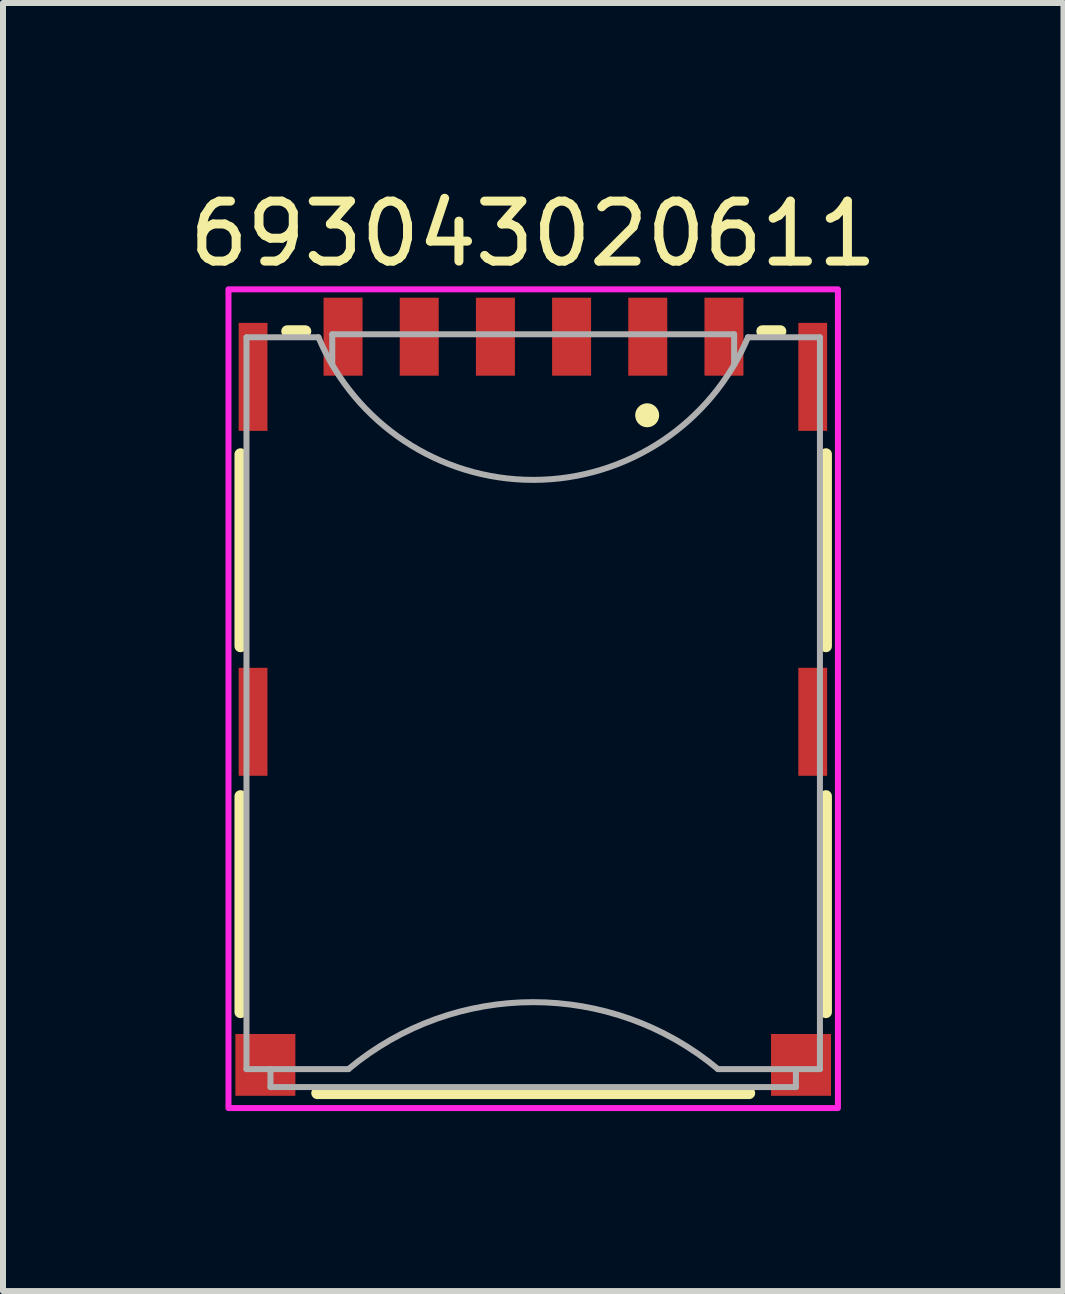
<source format=kicad_pcb>
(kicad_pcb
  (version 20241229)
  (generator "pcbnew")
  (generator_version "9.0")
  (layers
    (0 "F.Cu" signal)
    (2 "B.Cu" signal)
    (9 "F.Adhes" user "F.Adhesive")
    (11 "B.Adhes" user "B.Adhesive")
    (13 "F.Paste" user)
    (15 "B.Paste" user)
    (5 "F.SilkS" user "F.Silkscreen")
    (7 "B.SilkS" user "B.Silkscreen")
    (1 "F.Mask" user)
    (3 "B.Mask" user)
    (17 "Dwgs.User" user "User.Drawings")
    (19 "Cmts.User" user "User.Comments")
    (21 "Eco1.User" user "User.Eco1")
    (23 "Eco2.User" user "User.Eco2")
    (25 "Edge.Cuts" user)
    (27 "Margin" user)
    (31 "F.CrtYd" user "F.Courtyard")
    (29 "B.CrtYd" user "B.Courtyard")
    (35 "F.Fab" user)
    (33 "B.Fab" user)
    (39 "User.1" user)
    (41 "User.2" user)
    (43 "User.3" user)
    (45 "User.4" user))
  (footprint "693043020611"
    (layer "F.Cu")
    (at 5.839 8.983)
    (property "Reference" "693043020611" (at 0 -8.135 0) (layer "F.SilkS") (effects (font (size 1 1) (thickness 0.15))))
    (attr smd)
    (fp_line (start -4.88 -4.46) (end -4.88 -1.26) (stroke (width 0.2) (type solid)) (layer "F.SilkS"))
    (fp_line (start -4.88 1.24) (end -4.88 4.84) (stroke (width 0.2) (type solid)) (layer "F.SilkS"))
    (fp_line (start -4.1 -6.51) (end -3.8 -6.51) (stroke (width 0.2) (type solid)) (layer "F.SilkS"))
    (fp_line (start -3.6 6.19) (end 3.6 6.19) (stroke (width 0.2) (type solid)) (layer "F.SilkS"))
    (fp_line (start 3.82 -6.51) (end 4.12 -6.51) (stroke (width 0.2) (type solid)) (layer "F.SilkS"))
    (fp_line (start 4.88 -1.26) (end 4.88 -4.46) (stroke (width 0.2) (type solid)) (layer "F.SilkS"))
    (fp_line (start 4.88 4.84) (end 4.88 1.24) (stroke (width 0.2) (type solid)) (layer "F.SilkS"))
    (fp_circle (center 1.9 -5.11) (end 2 -5.11) (stroke (width 0.2) (type solid)) (fill no) (layer "F.SilkS"))
    (fp_poly (pts (xy -5.08 -7.21) (xy 5.08 -7.21) (xy 5.08 6.44) (xy -5.08 6.44)) (stroke (width 0.1) (type solid)) (fill no) (layer "F.CrtYd"))
    (fp_line (start -4.78 -6.41) (end -3.58 -6.41) (stroke (width 0.1) (type solid)) (layer "F.Fab"))
    (fp_line (start -4.78 5.79) (end -4.78 -6.41) (stroke (width 0.1) (type solid)) (layer "F.Fab"))
    (fp_line (start -4.78 5.79) (end -4.38 5.79) (stroke (width 0.1) (type solid)) (layer "F.Fab"))
    (fp_line (start -4.38 5.79) (end -4.38 6.09) (stroke (width 0.1) (type solid)) (layer "F.Fab"))
    (fp_line (start -4.38 5.79) (end -3.08 5.79) (stroke (width 0.1) (type solid)) (layer "F.Fab"))
    (fp_line (start -3.35 -6.46) (end 3.35 -6.46) (stroke (width 0.1) (type solid)) (layer "F.Fab"))
    (fp_line (start -3.35 -5.96) (end -3.35 -6.46) (stroke (width 0.1) (type solid)) (layer "F.Fab"))
    (fp_line (start 3.35 -6.46) (end 3.35 -5.95) (stroke (width 0.1) (type solid)) (layer "F.Fab"))
    (fp_line (start 4.38 5.8) (end 4.38 6.09) (stroke (width 0.1) (type solid)) (layer "F.Fab"))
    (fp_line (start 4.38 6.09) (end -4.38 6.09) (stroke (width 0.1) (type solid)) (layer "F.Fab"))
    (fp_line (start 4.78 -6.41) (end 3.58 -6.41) (stroke (width 0.1) (type solid)) (layer "F.Fab"))
    (fp_line (start 4.78 -6.41) (end 4.78 5.79) (stroke (width 0.1) (type solid)) (layer "F.Fab"))
    (fp_line (start 4.78 5.79) (end 3.08 5.79) (stroke (width 0.1) (type solid)) (layer "F.Fab"))
    (fp_arc (start -3.08 5.79) (mid 0 4.67397) (end 3.08 5.79) (stroke (width 0.1) (type solid)) (layer "F.Fab"))
    (fp_arc (start 3.58 -6.41) (mid 0 -4.032805) (end -3.58 -6.410001) (stroke (width 0.1) (type solid)) (layer "F.Fab"))
    (pad "C1" smd rect (at 1.91 -6.42) (size 0.65 1.3) (layers "F.Cu" "F.Mask" "F.Paste"))
    (pad "C2" smd rect (at -0.63 -6.42) (size 0.65 1.3) (layers "F.Cu" "F.Mask" "F.Paste"))
    (pad "C3" smd rect (at -1.9 -6.42) (size 0.65 1.3) (layers "F.Cu" "F.Mask" "F.Paste"))
    (pad "C5" smd rect (at 3.18 -6.42) (size 0.65 1.3) (layers "F.Cu" "F.Mask" "F.Paste"))
    (pad "C6" smd rect (at 0.64 -6.42) (size 0.65 1.3) (layers "F.Cu" "F.Mask" "F.Paste"))
    (pad "C7" smd rect (at -3.17 -6.42) (size 0.65 1.3) (layers "F.Cu" "F.Mask" "F.Paste"))
    (pad "S1" smd rect (at 4.465 5.72) (size 1 1.03) (layers "F.Cu" "F.Mask" "F.Paste"))
    (pad "S2" smd rect (at 4.66 0) (size 0.48 1.8) (layers "F.Cu" "F.Mask" "F.Paste"))
    (pad "S3" smd rect (at 4.66 -5.75) (size 0.48 1.8) (layers "F.Cu" "F.Mask" "F.Paste"))
    (pad "S4" smd rect (at -4.67 -5.75) (size 0.48 1.8) (layers "F.Cu" "F.Mask" "F.Paste"))
    (pad "S5" smd rect (at -4.67 0) (size 0.48 1.8) (layers "F.Cu" "F.Mask" "F.Paste"))
    (pad "S6" smd rect (at -4.465 5.72) (size 1 1.03) (layers "F.Cu" "F.Mask" "F.Paste")))
  (gr_rect
    (start -3 -3)
    (end 14.679 18.473)
    (stroke (width 0.1) (type default))
    (fill no)
    (layer "Edge.Cuts")))
</source>
